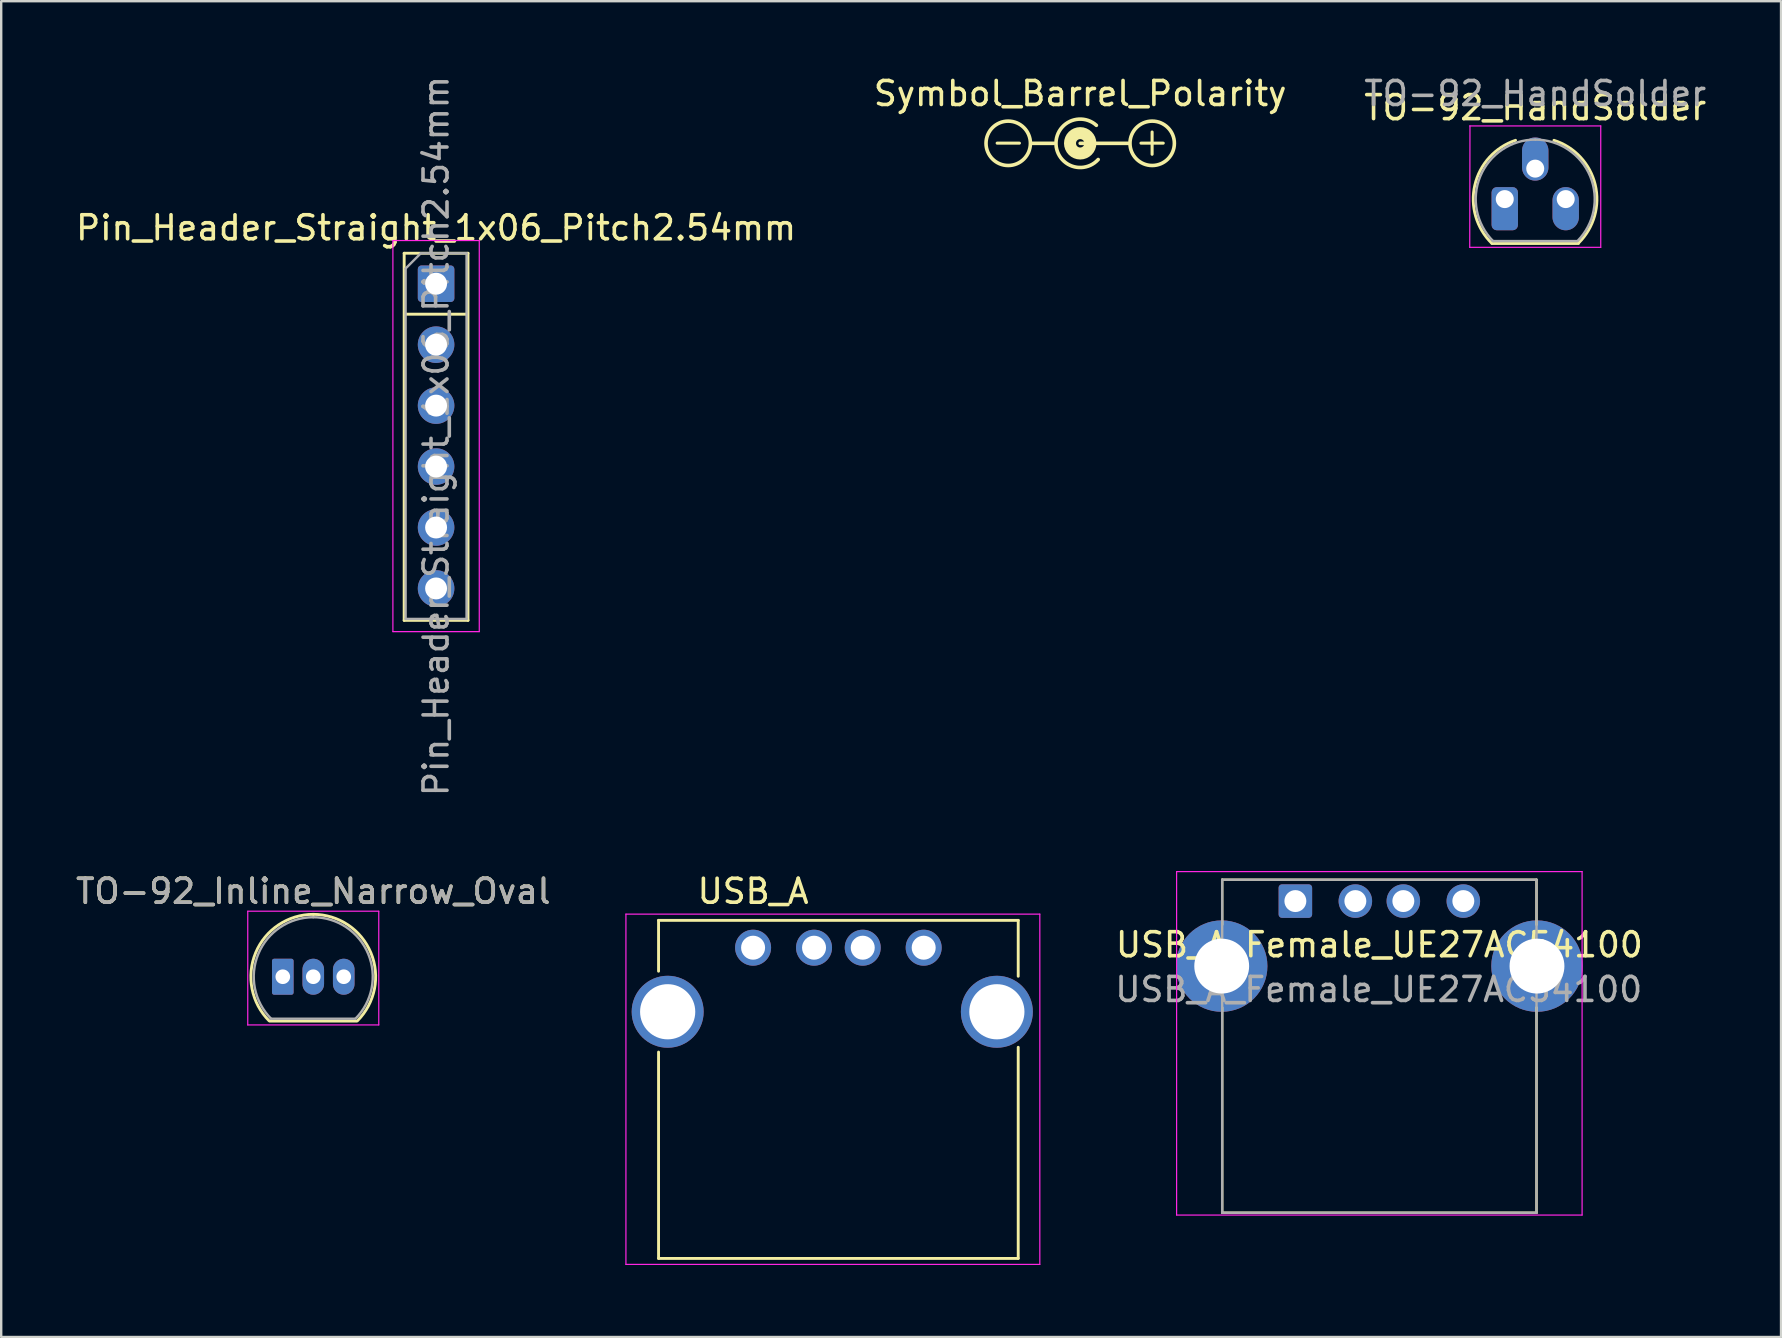
<source format=kicad_pcb>
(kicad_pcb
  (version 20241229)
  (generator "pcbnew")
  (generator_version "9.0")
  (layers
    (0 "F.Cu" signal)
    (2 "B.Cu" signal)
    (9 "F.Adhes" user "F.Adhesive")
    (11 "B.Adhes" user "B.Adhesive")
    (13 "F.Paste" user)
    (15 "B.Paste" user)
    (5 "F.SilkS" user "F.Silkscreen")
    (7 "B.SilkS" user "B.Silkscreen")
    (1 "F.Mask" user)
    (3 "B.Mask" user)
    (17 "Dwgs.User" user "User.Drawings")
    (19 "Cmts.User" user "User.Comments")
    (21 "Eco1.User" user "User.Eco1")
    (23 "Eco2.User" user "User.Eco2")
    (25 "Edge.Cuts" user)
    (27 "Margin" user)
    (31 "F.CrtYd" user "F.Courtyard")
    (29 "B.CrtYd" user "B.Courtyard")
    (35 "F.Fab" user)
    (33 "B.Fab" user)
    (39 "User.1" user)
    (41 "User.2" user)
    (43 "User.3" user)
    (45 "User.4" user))
  (footprint "Symbol_Barrel_Polarity"
    (layer "F.Cu")
    (at 41.97 2.848)
    (property "Reference" "Symbol_Barrel_Polarity" (at 0 -2 0) (layer "F.SilkS") (effects (font (size 1 1) (thickness 0.15))))
    (attr through_hole)
    (fp_line (start -2 0.075) (end -1.1 0.075) (stroke (width 0.15) (type solid)) (layer "F.SilkS"))
    (fp_line (start 0 0.075) (end 2 0.075) (stroke (width 0.15) (type solid)) (layer "F.SilkS"))
    (fp_arc (start 0.75 0.75) (mid -1.007627 0.128033) (end 0.675 -0.675) (stroke (width 0.15) (type solid)) (layer "F.SilkS"))
    (fp_circle (center -3 0.075) (end -3 1) (stroke (width 0.15) (type solid)) (fill no) (layer "F.SilkS"))
    (fp_circle (center 0 0.075) (end 0 0.25) (stroke (width 0.5) (type solid)) (fill no) (layer "F.SilkS"))
    (fp_circle (center 3 0.075) (end 3 1) (stroke (width 0.15) (type solid)) (fill no) (layer "F.SilkS"))
    (fp_text user "-" (at -2.997 -0.025 0) (layer "F.SilkS") (effects (font (size 1.219 1.219) (thickness 0.127))))
    (fp_text user "+" (at 2.997 -0.025 0) (layer "F.SilkS") (effects (font (size 1.219 1.219) (thickness 0.127)))))
  (footprint "USB_A"
    (layer "F.Cu")
    (at 28.337 36.448)
    (property "Reference" "USB_A" (at 0 -2.35 0) (layer "F.SilkS") (effects (font (size 1 1) (thickness 0.15))))
    (attr through_hole)
    (fp_line (start -3.94 -1.14) (end -3.94 0.98) (stroke (width 0.12) (type solid)) (layer "F.SilkS"))
    (fp_line (start -3.94 4.35) (end -3.94 12.95) (stroke (width 0.12) (type solid)) (layer "F.SilkS"))
    (fp_line (start 11.05 -1.14) (end -3.94 -1.14) (stroke (width 0.12) (type solid)) (layer "F.SilkS"))
    (fp_line (start 11.05 -1.14) (end 11.05 1.19) (stroke (width 0.12) (type solid)) (layer "F.SilkS"))
    (fp_line (start 11.05 4.15) (end 11.05 12.95) (stroke (width 0.12) (type solid)) (layer "F.SilkS"))
    (fp_line (start 11.05 12.95) (end -3.94 12.95) (stroke (width 0.12) (type solid)) (layer "F.SilkS"))
    (fp_line (start -5.3 -1.4) (end 11.95 -1.4) (stroke (width 0.05) (type solid)) (layer "F.CrtYd"))
    (fp_line (start -5.3 13.2) (end -5.3 -1.4) (stroke (width 0.05) (type solid)) (layer "F.CrtYd"))
    (fp_line (start -5.3 13.2) (end 11.95 13.2) (stroke (width 0.05) (type solid)) (layer "F.CrtYd"))
    (fp_line (start 11.95 -1.4) (end 11.95 13.2) (stroke (width 0.05) (type solid)) (layer "F.CrtYd"))
    (pad "1" thru_hole circle (at 0 0 270) (size 1.5 1.5) (drill 1) (layers "*.Cu" "*.Mask"))
    (pad "2" thru_hole circle (at 2.54 0 270) (size 1.5 1.5) (drill 1) (layers "*.Cu" "*.Mask"))
    (pad "3" thru_hole circle (at 4.57 0 270) (size 1.5 1.5) (drill 1) (layers "*.Cu" "*.Mask"))
    (pad "4" thru_hole circle (at 7.11 0 270) (size 1.5 1.5) (drill 1) (layers "*.Cu" "*.Mask"))
    (pad "5" thru_hole circle (at -3.56 2.67 270) (size 3 3) (drill 2.3) (layers "*.Cu" "*.Mask"))
    (pad "5" thru_hole circle (at 10.16 2.67 270) (size 3 3) (drill 2.3) (layers "*.Cu" "*.Mask")))
  (footprint "USB_A_Female_UE27AC54100"
    (layer "F.Cu")
    (at 54.438 37.215)
    (property "Reference" "USB_A_Female_UE27AC54100" (at 0 -0.889 0) (unlocked yes) (layer "F.SilkS") (effects (font (size 1 1) (thickness 0.15))))
    (attr through_hole)
    (fp_line (start -6.55 -3.6) (end -6.55 -1.725) (stroke (width 0.1) (type solid)) (layer "F.SilkS"))
    (fp_line (start -6.55 -3.6) (end 6.55 -3.6) (stroke (width 0.1) (type solid)) (layer "F.SilkS"))
    (fp_line (start -6.55 1.725) (end -6.55 10.28) (stroke (width 0.1) (type solid)) (layer "F.SilkS"))
    (fp_line (start 6.55 -3.6) (end 6.55 -1.725) (stroke (width 0.1) (type solid)) (layer "F.SilkS"))
    (fp_line (start 6.55 1.725) (end 6.55 10.28) (stroke (width 0.1) (type solid)) (layer "F.SilkS"))
    (fp_line (start 6.55 10.28) (end -6.55 10.28) (stroke (width 0.1) (type solid)) (layer "F.SilkS"))
    (fp_line (start -8.45 -3.94) (end -8.45 10.375) (stroke (width 0.05) (type solid)) (layer "F.CrtYd"))
    (fp_line (start -8.45 -3.94) (end 8.45 -3.94) (stroke (width 0.05) (type solid)) (layer "F.CrtYd"))
    (fp_line (start -8.45 10.375) (end 8.45 10.375) (stroke (width 0.05) (type solid)) (layer "F.CrtYd"))
    (fp_line (start 8.45 -3.94) (end 8.45 10.375) (stroke (width 0.05) (type solid)) (layer "F.CrtYd"))
    (fp_line (start -6.55 -3.6) (end -6.55 10.28) (stroke (width 0.1) (type solid)) (layer "F.Fab"))
    (fp_line (start -6.55 -3.6) (end 6.55 -3.6) (stroke (width 0.1) (type solid)) (layer "F.Fab"))
    (fp_line (start -6.55 10.28) (end 6.55 10.28) (stroke (width 0.1) (type solid)) (layer "F.Fab"))
    (fp_line (start 6.55 -3.6) (end 6.55 10.28) (stroke (width 0.1) (type solid)) (layer "F.Fab"))
    (fp_text user "${REFERENCE}" (at -0.025 0.975 180) (layer "F.Fab") (effects (font (size 1 1) (thickness 0.15))))
    (pad "1" thru_hole roundrect (at -3.5 -2.71) (size 1.397 1.397) (drill 0.914) (layers "*.Cu" "*.Mask") (roundrect_rratio 0.1))
    (pad "2" thru_hole circle (at -1 -2.71) (size 1.397 1.397) (drill 0.914) (layers "*.Cu" "*.Mask"))
    (pad "3" thru_hole circle (at 1 -2.71) (size 1.397 1.397) (drill 0.914) (layers "*.Cu" "*.Mask"))
    (pad "4" thru_hole circle (at 3.5 -2.71) (size 1.397 1.397) (drill 0.914) (layers "*.Cu" "*.Mask"))
    (pad "5" thru_hole circle (at -6.57 0) (size 3.81 3.81) (drill 2.286) (layers "*.Cu" "*.Mask"))
    (pad "5" thru_hole circle (at 6.57 0) (size 3.81 3.81) (drill 2.286) (layers "*.Cu" "*.Mask")))
  (footprint "TO-92_HandSolder"
    (layer "F.Cu")
    (at 59.665 5.248)
    (property "Reference" "TO-92_HandSolder" (at 1.27 -3.81 0) (layer "F.SilkS") (effects (font (size 1 1) (thickness 0.15))))
    (attr through_hole)
    (fp_line (start -0.53 1.85) (end 3.07 1.85) (stroke (width 0.12) (type solid)) (layer "F.SilkS"))
    (fp_arc (start -0.541875 1.841741) (mid -1.247231 -0.581764) (end 0.45 -2.45) (stroke (width 0.12) (type solid)) (layer "F.SilkS"))
    (fp_arc (start 2.05 -2.45) (mid 3.769931 -0.601036) (end 3.078445 1.827684) (stroke (width 0.12) (type solid)) (layer "F.SilkS"))
    (fp_line (start -1.46 -3.05) (end 4 -3.05) (stroke (width 0.05) (type solid)) (layer "F.CrtYd"))
    (fp_line (start -1.45 -3.05) (end -1.46 2.01) (stroke (width 0.05) (type solid)) (layer "F.CrtYd"))
    (fp_line (start 4 2.01) (end -1.46 2.01) (stroke (width 0.05) (type solid)) (layer "F.CrtYd"))
    (fp_line (start 4 2.01) (end 4 -3.05) (stroke (width 0.05) (type solid)) (layer "F.CrtYd"))
    (fp_line (start -0.5 1.75) (end 3 1.75) (stroke (width 0.1) (type solid)) (layer "F.Fab"))
    (fp_arc (start -0.483625 1.753625) (mid -1.021221 -0.949055) (end 1.27 -2.48) (stroke (width 0.1) (type solid)) (layer "F.Fab"))
    (fp_arc (start 1.27 -2.48) (mid 3.561221 -0.949055) (end 3.023625 1.753625) (stroke (width 0.1) (type solid)) (layer "F.Fab"))
    (fp_text user "${REFERENCE}" (at 1.27 -4.4 0) (layer "F.Fab") (effects (font (size 1 1) (thickness 0.15))))
    (pad "1" thru_hole roundrect (at 0 0) (size 1.1 1.8) (drill 0.75 (offset 0 0.4)) (layers "*.Cu" "*.Mask") (roundrect_rratio 0.2))
    (pad "2" thru_hole oval (at 1.27 -1.27) (size 1.1 1.8) (drill 0.75 (offset 0 -0.4)) (layers "*.Cu" "*.Mask"))
    (pad "3" thru_hole oval (at 2.54 0) (size 1.1 1.8) (drill 0.75 (offset 0 0.4)) (layers "*.Cu" "*.Mask")))
  (footprint "TO-92_Inline_Narrow_Oval"
    (layer "F.Cu")
    (at 8.736 37.658)
    (property "Reference" "TO-92_Inline_Narrow_Oval" (at 1.27 -3.56 0) (layer "F.SilkS") (effects (font (size 1 1) (thickness 0.15))))
    (attr through_hole)
    (fp_line (start -0.53 1.85) (end 3.07 1.85) (stroke (width 0.12) (type solid)) (layer "F.SilkS"))
    (fp_arc (start -0.568478 1.838478) (mid -1.132087 -0.994977) (end 1.27 -2.6) (stroke (width 0.12) (type solid)) (layer "F.SilkS"))
    (fp_arc (start 1.27 -2.6) (mid 3.672087 -0.994977) (end 3.108478 1.838478) (stroke (width 0.12) (type solid)) (layer "F.SilkS"))
    (fp_line (start -1.46 -2.73) (end -1.46 2.01) (stroke (width 0.05) (type solid)) (layer "F.CrtYd"))
    (fp_line (start -1.46 -2.73) (end 4 -2.73) (stroke (width 0.05) (type solid)) (layer "F.CrtYd"))
    (fp_line (start 4 2.01) (end -1.46 2.01) (stroke (width 0.05) (type solid)) (layer "F.CrtYd"))
    (fp_line (start 4 2.01) (end 4 -2.73) (stroke (width 0.05) (type solid)) (layer "F.CrtYd"))
    (fp_line (start -0.5 1.75) (end 3 1.75) (stroke (width 0.1) (type solid)) (layer "F.Fab"))
    (fp_arc (start -0.483625 1.753625) (mid -1.021221 -0.949055) (end 1.27 -2.48) (stroke (width 0.1) (type solid)) (layer "F.Fab"))
    (fp_arc (start 1.27 -2.48) (mid 3.561221 -0.949055) (end 3.023625 1.753625) (stroke (width 0.1) (type solid)) (layer "F.Fab"))
    (fp_text user "${REFERENCE}" (at 1.27 -3.56 0) (layer "F.Fab") (effects (font (size 1 1) (thickness 0.15))))
    (pad "1" thru_hole roundrect (at 0 0 180) (size 0.9 1.5) (drill 0.61) (layers "*.Cu" "*.Mask") (roundrect_rratio 0.1))
    (pad "2" thru_hole oval (at 1.27 0 180) (size 0.9 1.5) (drill 0.61) (layers "*.Cu" "*.Mask"))
    (pad "3" thru_hole oval (at 2.54 0 180) (size 0.9 1.5) (drill 0.61) (layers "*.Cu" "*.Mask")))
  (footprint "Pin_Header_Straight_1x06_Pitch2.54mm"
    (layer "F.Cu")
    (at 15.125 8.775)
    (property "Reference" "Pin_Header_Straight_1x06_Pitch2.54mm" (at 0 -2.33 0) (layer "F.SilkS") (effects (font (size 1 1) (thickness 0.15))))
    (attr through_hole)
    (fp_line (start -1.33 -1.27) (end -1.33 14.03) (stroke (width 0.12) (type solid)) (layer "F.SilkS"))
    (fp_line (start -1.33 -1.27) (end 1.33 -1.27) (stroke (width 0.12) (type solid)) (layer "F.SilkS"))
    (fp_line (start -1.33 14.03) (end 1.33 14.03) (stroke (width 0.12) (type solid)) (layer "F.SilkS"))
    (fp_line (start -1.27 1.27) (end 1.27 1.27) (stroke (width 0.12) (type solid)) (layer "F.SilkS"))
    (fp_line (start 1.33 -1.27) (end 1.33 14.03) (stroke (width 0.12) (type solid)) (layer "F.SilkS"))
    (fp_line (start -1.8 -1.8) (end -1.8 14.5) (stroke (width 0.05) (type solid)) (layer "F.CrtYd"))
    (fp_line (start -1.8 14.5) (end 1.8 14.5) (stroke (width 0.05) (type solid)) (layer "F.CrtYd"))
    (fp_line (start 1.8 -1.8) (end -1.8 -1.8) (stroke (width 0.05) (type solid)) (layer "F.CrtYd"))
    (fp_line (start 1.8 14.5) (end 1.8 -1.8) (stroke (width 0.05) (type solid)) (layer "F.CrtYd"))
    (fp_line (start -1.27 -0.635) (end -0.635 -1.27) (stroke (width 0.1) (type solid)) (layer "F.Fab"))
    (fp_line (start -1.27 13.97) (end -1.27 -0.635) (stroke (width 0.1) (type solid)) (layer "F.Fab"))
    (fp_line (start -0.635 -1.27) (end 1.27 -1.27) (stroke (width 0.1) (type solid)) (layer "F.Fab"))
    (fp_line (start 1.27 -1.27) (end 1.27 13.97) (stroke (width 0.1) (type solid)) (layer "F.Fab"))
    (fp_line (start 1.27 13.97) (end -1.27 13.97) (stroke (width 0.1) (type solid)) (layer "F.Fab"))
    (fp_text user "${REFERENCE}" (at 0 6.35 90) (layer "F.Fab") (effects (font (size 1 1) (thickness 0.15))))
    (pad "1" thru_hole roundrect (at 0 0) (size 1.524 1.524) (drill 0.914) (layers "*.Cu" "*.Mask") (roundrect_rratio 0.1))
    (pad "2" thru_hole circle (at 0 2.54) (size 1.524 1.524) (drill 0.914) (layers "*.Cu" "*.Mask"))
    (pad "3" thru_hole circle (at 0 5.08) (size 1.524 1.524) (drill 0.914) (layers "*.Cu" "*.Mask"))
    (pad "4" thru_hole circle (at 0 7.62) (size 1.524 1.524) (drill 0.914) (layers "*.Cu" "*.Mask"))
    (pad "5" thru_hole circle (at 0 10.16) (size 1.524 1.524) (drill 0.914) (layers "*.Cu" "*.Mask"))
    (pad "6" thru_hole circle (at 0 12.7) (size 1.524 1.524) (drill 0.914) (layers "*.Cu" "*.Mask")))
  (gr_rect
    (start -3 -3)
    (end 71.179 52.673)
    (stroke (width 0.1) (type default))
    (fill no)
    (layer "Edge.Cuts")))
</source>
